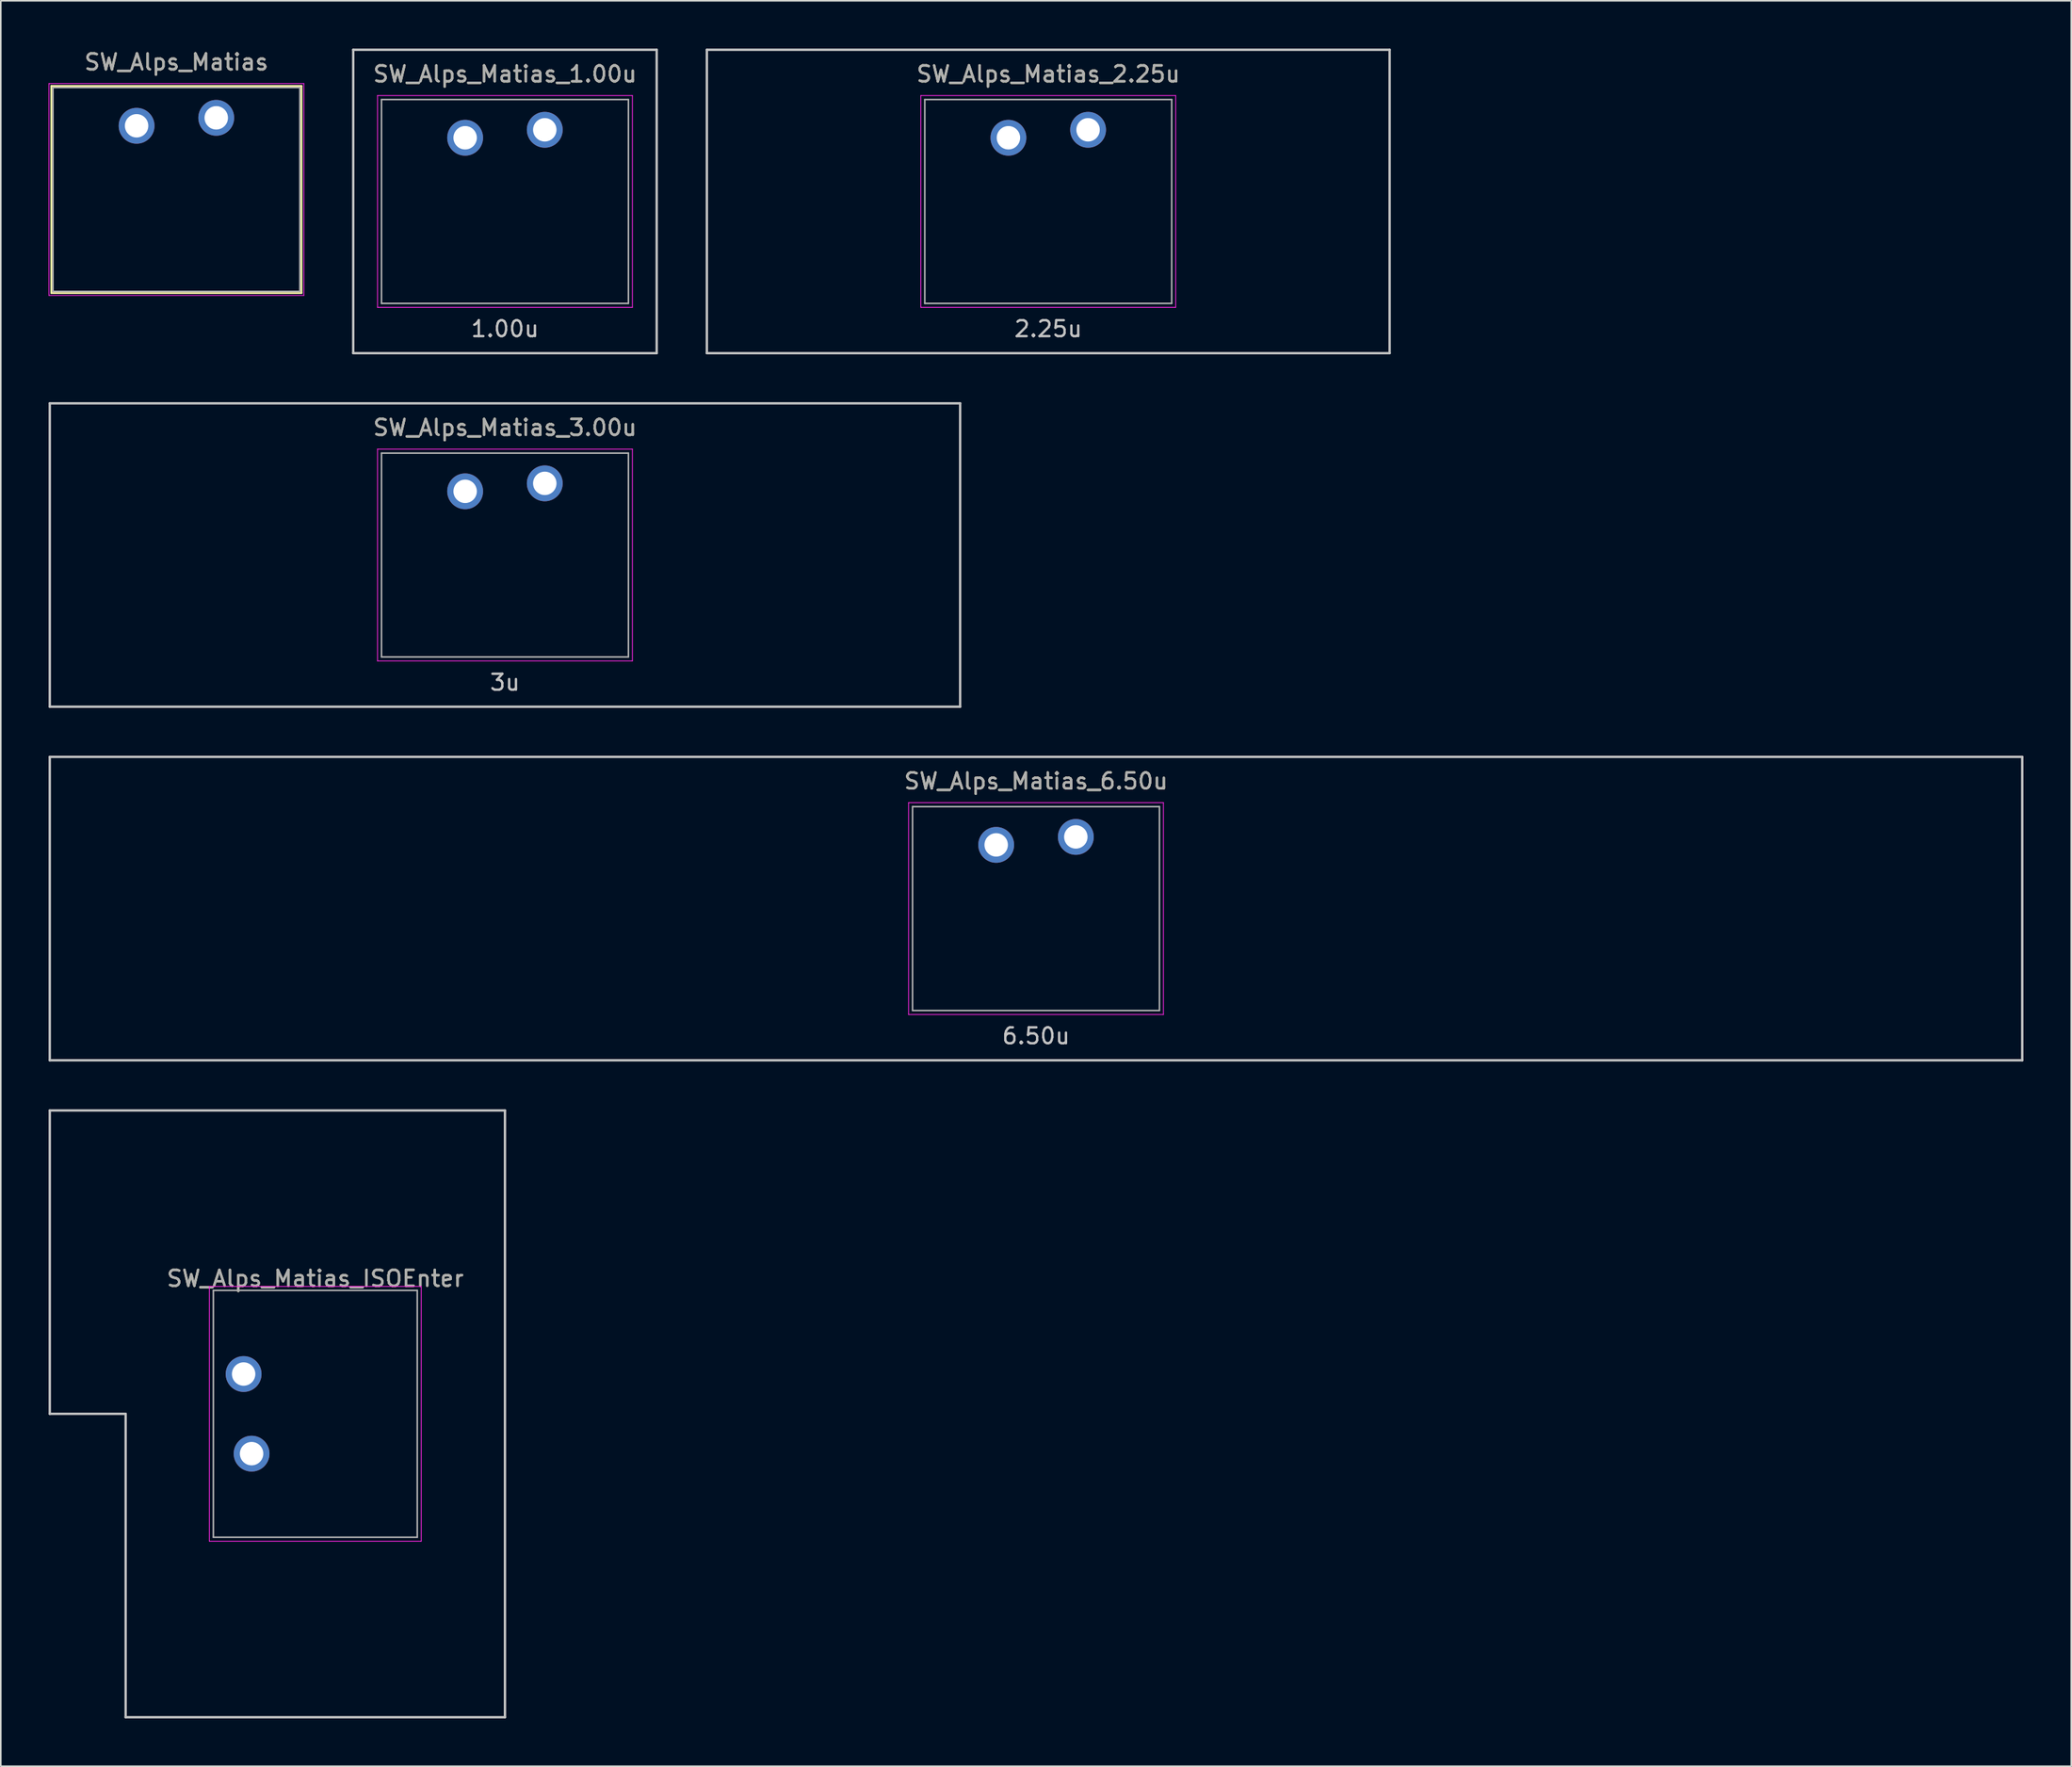
<source format=kicad_pcb>
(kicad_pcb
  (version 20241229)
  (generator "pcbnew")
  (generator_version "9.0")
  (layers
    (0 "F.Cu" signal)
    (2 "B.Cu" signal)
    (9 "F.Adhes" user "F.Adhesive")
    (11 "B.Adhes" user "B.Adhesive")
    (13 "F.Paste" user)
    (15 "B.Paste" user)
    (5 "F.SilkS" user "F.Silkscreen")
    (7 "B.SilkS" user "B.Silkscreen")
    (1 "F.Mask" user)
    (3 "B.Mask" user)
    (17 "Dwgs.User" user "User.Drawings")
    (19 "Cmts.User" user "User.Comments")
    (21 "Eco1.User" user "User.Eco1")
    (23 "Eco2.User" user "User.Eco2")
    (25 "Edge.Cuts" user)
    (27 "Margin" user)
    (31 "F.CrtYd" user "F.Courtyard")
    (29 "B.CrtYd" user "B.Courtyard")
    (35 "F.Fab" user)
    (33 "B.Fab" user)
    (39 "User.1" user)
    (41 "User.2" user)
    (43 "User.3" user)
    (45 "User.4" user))
  (footprint "SW_Alps_Matias_6.50u"
    (layer "F.Cu")
    (at 61.987 54)
    (property "Reference" "SW_Alps_Matias_6.50u" (at 0 -8 0) (layer "F.SilkS") (effects (font (size 1 1) (thickness 0.15))))
    (attr through_hole)
    (fp_line (start -61.913 -9.525) (end 61.913 -9.525) (stroke (width 0.15) (type solid)) (layer "Dwgs.User"))
    (fp_line (start -61.913 9.525) (end -61.913 -9.525) (stroke (width 0.15) (type solid)) (layer "Dwgs.User"))
    (fp_line (start -61.913 9.525) (end 61.913 9.525) (stroke (width 0.15) (type solid)) (layer "Dwgs.User"))
    (fp_line (start 61.913 -9.525) (end 61.913 9.525) (stroke (width 0.15) (type solid)) (layer "Dwgs.User"))
    (fp_line (start -8 -6.65) (end 8 -6.65) (stroke (width 0.05) (type solid)) (layer "F.CrtYd"))
    (fp_line (start -8 6.65) (end -8 -6.65) (stroke (width 0.05) (type solid)) (layer "F.CrtYd"))
    (fp_line (start 8 -6.65) (end 8 6.65) (stroke (width 0.05) (type solid)) (layer "F.CrtYd"))
    (fp_line (start 8 6.65) (end -8 6.65) (stroke (width 0.05) (type solid)) (layer "F.CrtYd"))
    (fp_line (start -7.75 -6.4) (end 7.75 -6.4) (stroke (width 0.1) (type solid)) (layer "F.Fab"))
    (fp_line (start -7.75 6.4) (end -7.75 -6.4) (stroke (width 0.1) (type solid)) (layer "F.Fab"))
    (fp_line (start 7.75 -6.4) (end 7.75 6.4) (stroke (width 0.1) (type solid)) (layer "F.Fab"))
    (fp_line (start 7.75 6.4) (end -7.75 6.4) (stroke (width 0.1) (type solid)) (layer "F.Fab"))
    (fp_text user "6.50u" (at 0 8 0) (layer "Dwgs.User") (effects (font (size 1 1) (thickness 0.15))))
    (fp_text user "${REFERENCE}" (at 0 -8 0) (layer "F.Fab") (effects (font (size 1 1) (thickness 0.15))))
    (pad "1" thru_hole circle (at -2.5 -4) (size 2.25 2.25) (drill 1.47) (layers "*.Cu" "B.Mask"))
    (pad "2" thru_hole circle (at 2.5 -4.5) (size 2.25 2.25) (drill 1.47) (layers "*.Cu" "B.Mask")))
  (footprint "SW_Alps_Matias_ISOEnter"
    (layer "F.Cu")
    (at 16.744 85.725)
    (property "Reference" "SW_Alps_Matias_ISOEnter" (at 0 -8.5 0) (layer "F.SilkS") (effects (font (size 1 1) (thickness 0.15))))
    (attr through_hole)
    (fp_line (start -16.669 -19.05) (end -16.669 0) (stroke (width 0.15) (type solid)) (layer "Dwgs.User"))
    (fp_line (start -16.669 -19.05) (end 11.906 -19.05) (stroke (width 0.15) (type solid)) (layer "Dwgs.User"))
    (fp_line (start -11.906 0) (end -16.669 0) (stroke (width 0.15) (type solid)) (layer "Dwgs.User"))
    (fp_line (start -11.906 19.05) (end -11.906 0) (stroke (width 0.15) (type solid)) (layer "Dwgs.User"))
    (fp_line (start -11.906 19.05) (end 11.906 19.05) (stroke (width 0.15) (type solid)) (layer "Dwgs.User"))
    (fp_line (start 11.906 -19.05) (end 11.906 19.05) (stroke (width 0.15) (type solid)) (layer "Dwgs.User"))
    (fp_line (start -6.65 -8) (end 6.65 -8) (stroke (width 0.05) (type solid)) (layer "F.CrtYd"))
    (fp_line (start -6.65 8) (end -6.65 -8) (stroke (width 0.05) (type solid)) (layer "F.CrtYd"))
    (fp_line (start 6.65 -8) (end 6.65 8) (stroke (width 0.05) (type solid)) (layer "F.CrtYd"))
    (fp_line (start 6.65 8) (end -6.65 8) (stroke (width 0.05) (type solid)) (layer "F.CrtYd"))
    (fp_line (start -6.4 -7.75) (end 6.4 -7.75) (stroke (width 0.1) (type solid)) (layer "F.Fab"))
    (fp_line (start -6.4 7.75) (end -6.4 -7.75) (stroke (width 0.1) (type solid)) (layer "F.Fab"))
    (fp_line (start 6.4 -7.75) (end 6.4 7.75) (stroke (width 0.1) (type solid)) (layer "F.Fab"))
    (fp_line (start 6.4 7.75) (end -6.4 7.75) (stroke (width 0.1) (type solid)) (layer "F.Fab"))
    (fp_text user "${REFERENCE}" (at 0 -8.5 0) (layer "F.Fab") (effects (font (size 1 1) (thickness 0.15))))
    (pad "1" thru_hole circle (at -4 2.5 90) (size 2.25 2.25) (drill 1.47) (layers "*.Cu" "B.Mask"))
    (pad "2" thru_hole circle (at -4.5 -2.5 90) (size 2.25 2.25) (drill 1.47) (layers "*.Cu" "B.Mask")))
  (footprint "SW_Alps_Matias_2.25u"
    (layer "F.Cu")
    (at 62.756 9.6)
    (property "Reference" "SW_Alps_Matias_2.25u" (at 0 -8 0) (layer "F.SilkS") (effects (font (size 1 1) (thickness 0.15))))
    (attr through_hole)
    (fp_line (start -21.431 -9.525) (end 21.431 -9.525) (stroke (width 0.15) (type solid)) (layer "Dwgs.User"))
    (fp_line (start -21.431 9.525) (end -21.431 -9.525) (stroke (width 0.15) (type solid)) (layer "Dwgs.User"))
    (fp_line (start -21.431 9.525) (end 21.431 9.525) (stroke (width 0.15) (type solid)) (layer "Dwgs.User"))
    (fp_line (start 21.431 -9.525) (end 21.431 9.525) (stroke (width 0.15) (type solid)) (layer "Dwgs.User"))
    (fp_line (start -8 -6.65) (end 8 -6.65) (stroke (width 0.05) (type solid)) (layer "F.CrtYd"))
    (fp_line (start -8 6.65) (end -8 -6.65) (stroke (width 0.05) (type solid)) (layer "F.CrtYd"))
    (fp_line (start 8 -6.65) (end 8 6.65) (stroke (width 0.05) (type solid)) (layer "F.CrtYd"))
    (fp_line (start 8 6.65) (end -8 6.65) (stroke (width 0.05) (type solid)) (layer "F.CrtYd"))
    (fp_line (start -7.75 -6.4) (end 7.75 -6.4) (stroke (width 0.1) (type solid)) (layer "F.Fab"))
    (fp_line (start -7.75 6.4) (end -7.75 -6.4) (stroke (width 0.1) (type solid)) (layer "F.Fab"))
    (fp_line (start 7.75 -6.4) (end 7.75 6.4) (stroke (width 0.1) (type solid)) (layer "F.Fab"))
    (fp_line (start 7.75 6.4) (end -7.75 6.4) (stroke (width 0.1) (type solid)) (layer "F.Fab"))
    (fp_text user "2.25u" (at 0 8 0) (layer "Dwgs.User") (effects (font (size 1 1) (thickness 0.15))))
    (fp_text user "${REFERENCE}" (at 0 -8 0) (layer "F.Fab") (effects (font (size 1 1) (thickness 0.15))))
    (pad "1" thru_hole circle (at -2.5 -4) (size 2.25 2.25) (drill 1.47) (layers "*.Cu" "B.Mask"))
    (pad "2" thru_hole circle (at 2.5 -4.5) (size 2.25 2.25) (drill 1.47) (layers "*.Cu" "B.Mask")))
  (footprint "SW_Alps_Matias_3.00u"
    (layer "F.Cu")
    (at 28.65 31.8)
    (property "Reference" "SW_Alps_Matias_3.00u" (at 0 -8 0) (layer "F.SilkS") (effects (font (size 1 1) (thickness 0.15))))
    (attr through_hole)
    (fp_line (start -28.575 -9.525) (end 28.575 -9.525) (stroke (width 0.15) (type solid)) (layer "Dwgs.User"))
    (fp_line (start -28.575 9.525) (end -28.575 -9.525) (stroke (width 0.15) (type solid)) (layer "Dwgs.User"))
    (fp_line (start -28.575 9.525) (end 28.575 9.525) (stroke (width 0.15) (type solid)) (layer "Dwgs.User"))
    (fp_line (start 28.575 -9.525) (end 28.575 9.525) (stroke (width 0.15) (type solid)) (layer "Dwgs.User"))
    (fp_line (start -8 -6.65) (end 8 -6.65) (stroke (width 0.05) (type solid)) (layer "F.CrtYd"))
    (fp_line (start -8 6.65) (end -8 -6.65) (stroke (width 0.05) (type solid)) (layer "F.CrtYd"))
    (fp_line (start 8 -6.65) (end 8 6.65) (stroke (width 0.05) (type solid)) (layer "F.CrtYd"))
    (fp_line (start 8 6.65) (end -8 6.65) (stroke (width 0.05) (type solid)) (layer "F.CrtYd"))
    (fp_line (start -7.75 -6.4) (end 7.75 -6.4) (stroke (width 0.1) (type solid)) (layer "F.Fab"))
    (fp_line (start -7.75 6.4) (end -7.75 -6.4) (stroke (width 0.1) (type solid)) (layer "F.Fab"))
    (fp_line (start 7.75 -6.4) (end 7.75 6.4) (stroke (width 0.1) (type solid)) (layer "F.Fab"))
    (fp_line (start 7.75 6.4) (end -7.75 6.4) (stroke (width 0.1) (type solid)) (layer "F.Fab"))
    (fp_text user "3u" (at 0 8 0) (layer "Dwgs.User") (effects (font (size 1 1) (thickness 0.15))))
    (fp_text user "${REFERENCE}" (at 0 -8 0) (layer "F.Fab") (effects (font (size 1 1) (thickness 0.15))))
    (pad "1" thru_hole circle (at -2.5 -4) (size 2.25 2.25) (drill 1.47) (layers "*.Cu" "B.Mask"))
    (pad "2" thru_hole circle (at 2.5 -4.5) (size 2.25 2.25) (drill 1.47) (layers "*.Cu" "B.Mask")))
  (footprint "SW_Alps_Matias_1.00u"
    (layer "F.Cu")
    (at 28.65 9.6)
    (property "Reference" "SW_Alps_Matias_1.00u" (at 0 -8 0) (layer "F.SilkS") (effects (font (size 1 1) (thickness 0.15))))
    (attr through_hole)
    (fp_line (start -9.525 -9.525) (end 9.525 -9.525) (stroke (width 0.15) (type solid)) (layer "Dwgs.User"))
    (fp_line (start -9.525 9.525) (end -9.525 -9.525) (stroke (width 0.15) (type solid)) (layer "Dwgs.User"))
    (fp_line (start -9.525 9.525) (end 9.525 9.525) (stroke (width 0.15) (type solid)) (layer "Dwgs.User"))
    (fp_line (start 9.525 -9.525) (end 9.525 9.525) (stroke (width 0.15) (type solid)) (layer "Dwgs.User"))
    (fp_line (start -8 -6.65) (end 8 -6.65) (stroke (width 0.05) (type solid)) (layer "F.CrtYd"))
    (fp_line (start -8 6.65) (end -8 -6.65) (stroke (width 0.05) (type solid)) (layer "F.CrtYd"))
    (fp_line (start 8 -6.65) (end 8 6.65) (stroke (width 0.05) (type solid)) (layer "F.CrtYd"))
    (fp_line (start 8 6.65) (end -8 6.65) (stroke (width 0.05) (type solid)) (layer "F.CrtYd"))
    (fp_line (start -7.75 -6.4) (end 7.75 -6.4) (stroke (width 0.1) (type solid)) (layer "F.Fab"))
    (fp_line (start -7.75 6.4) (end -7.75 -6.4) (stroke (width 0.1) (type solid)) (layer "F.Fab"))
    (fp_line (start 7.75 -6.4) (end 7.75 6.4) (stroke (width 0.1) (type solid)) (layer "F.Fab"))
    (fp_line (start 7.75 6.4) (end -7.75 6.4) (stroke (width 0.1) (type solid)) (layer "F.Fab"))
    (fp_text user "1.00u" (at 0 8 0) (layer "Dwgs.User") (effects (font (size 1 1) (thickness 0.15))))
    (fp_text user "${REFERENCE}" (at 0 -8 0) (layer "F.Fab") (effects (font (size 1 1) (thickness 0.15))))
    (pad "1" thru_hole circle (at -2.5 -4) (size 2.25 2.25) (drill 1.47) (layers "*.Cu" "B.Mask"))
    (pad "2" thru_hole circle (at 2.5 -4.5) (size 2.25 2.25) (drill 1.47) (layers "*.Cu" "B.Mask")))
  (footprint "SW_Alps_Matias"
    (layer "F.Cu")
    (at 8.025 8.848)
    (property "Reference" "SW_Alps_Matias" (at 0 -8 0) (layer "F.SilkS") (effects (font (size 1 1) (thickness 0.15))))
    (attr through_hole)
    (fp_line (start -7.85 -6.5) (end 7.85 -6.5) (stroke (width 0.12) (type solid)) (layer "F.SilkS"))
    (fp_line (start -7.85 6.5) (end -7.85 -6.5) (stroke (width 0.12) (type solid)) (layer "F.SilkS"))
    (fp_line (start 7.85 -6.5) (end 7.85 6.5) (stroke (width 0.12) (type solid)) (layer "F.SilkS"))
    (fp_line (start 7.85 6.5) (end -7.85 6.5) (stroke (width 0.12) (type solid)) (layer "F.SilkS"))
    (fp_line (start -8 -6.65) (end 8 -6.65) (stroke (width 0.05) (type solid)) (layer "F.CrtYd"))
    (fp_line (start -8 6.65) (end -8 -6.65) (stroke (width 0.05) (type solid)) (layer "F.CrtYd"))
    (fp_line (start 8 -6.65) (end 8 6.65) (stroke (width 0.05) (type solid)) (layer "F.CrtYd"))
    (fp_line (start 8 6.65) (end -8 6.65) (stroke (width 0.05) (type solid)) (layer "F.CrtYd"))
    (fp_line (start -7.75 -6.4) (end 7.75 -6.4) (stroke (width 0.1) (type solid)) (layer "F.Fab"))
    (fp_line (start -7.75 6.4) (end -7.75 -6.4) (stroke (width 0.1) (type solid)) (layer "F.Fab"))
    (fp_line (start 7.75 -6.4) (end 7.75 6.4) (stroke (width 0.1) (type solid)) (layer "F.Fab"))
    (fp_line (start 7.75 6.4) (end -7.75 6.4) (stroke (width 0.1) (type solid)) (layer "F.Fab"))
    (fp_text user "${REFERENCE}" (at 0 -8 0) (layer "F.Fab") (effects (font (size 1 1) (thickness 0.15))))
    (pad "1" thru_hole circle (at -2.5 -4) (size 2.25 2.25) (drill 1.47) (layers "*.Cu" "B.Mask"))
    (pad "2" thru_hole circle (at 2.5 -4.5) (size 2.25 2.25) (drill 1.47) (layers "*.Cu" "B.Mask")))
  (gr_rect
    (start -3 -3)
    (end 126.975 107.85)
    (stroke (width 0.1) (type default))
    (fill no)
    (layer "Edge.Cuts")))
</source>
